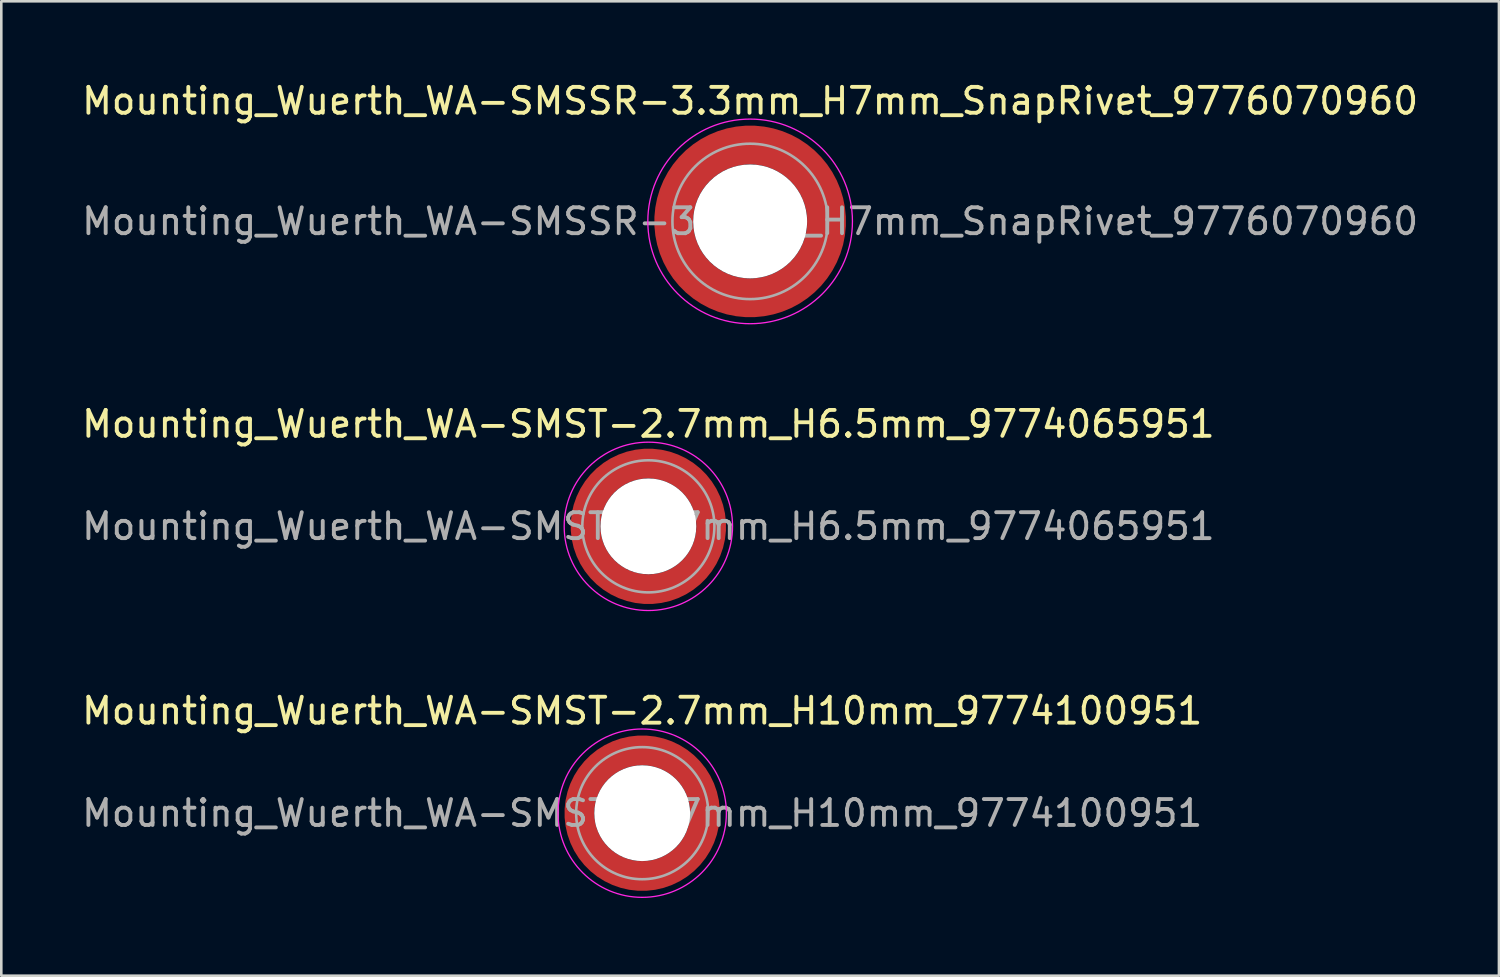
<source format=kicad_pcb>
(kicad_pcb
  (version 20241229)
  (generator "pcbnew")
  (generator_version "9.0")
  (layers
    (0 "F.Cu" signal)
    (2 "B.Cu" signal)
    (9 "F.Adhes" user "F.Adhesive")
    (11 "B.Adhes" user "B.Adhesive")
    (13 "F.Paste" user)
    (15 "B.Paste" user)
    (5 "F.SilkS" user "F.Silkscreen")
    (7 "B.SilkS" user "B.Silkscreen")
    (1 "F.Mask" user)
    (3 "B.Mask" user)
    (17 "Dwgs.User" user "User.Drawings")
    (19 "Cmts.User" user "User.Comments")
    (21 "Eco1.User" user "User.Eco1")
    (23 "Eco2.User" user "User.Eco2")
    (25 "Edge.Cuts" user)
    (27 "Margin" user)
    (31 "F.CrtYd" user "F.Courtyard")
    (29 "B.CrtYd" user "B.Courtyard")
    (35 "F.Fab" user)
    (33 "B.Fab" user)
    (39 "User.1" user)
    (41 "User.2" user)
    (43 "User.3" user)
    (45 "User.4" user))
  (footprint "Mounting_Wuerth_WA-SMST-2.7mm_H10mm_9774100951"
    (layer "F.Cu")
    (at 21.744 28.345)
    (property "Reference" "Mounting_Wuerth_WA-SMST-2.7mm_H10mm_9774100951" (at 0 -3.95 0) (layer "F.SilkS") (effects (font (size 1 1) (thickness 0.15))))
    (attr smd)
    (fp_circle (center 0 0) (end 3.25 0) (stroke (width 0.05) (type solid)) (fill no) (layer "F.CrtYd"))
    (fp_circle (center 0 0) (end 2.55 0) (stroke (width 0.1) (type solid)) (fill no) (layer "F.Fab"))
    (fp_text user "${REFERENCE}" (at 0 0 0) (layer "F.Fab") (effects (font (size 1 1) (thickness 0.15))))
    (pad "" smd custom (at -1.704 -1.704) (size 0.62 0.62) (layers "F.Paste") (options (anchor circle)) (primitives (gr_arc (start -0.250195 1.279127) (mid 0.289914 0.289914) (end 1.279127 -0.250195) (width 0.2)) (gr_arc (start -0.34334 1.279127) (mid 0.225488 0.225488) (end 1.279127 -0.34334) (width 0.2)) (gr_arc (start -0.436309 1.279127) (mid 0.161063 0.161063) (end 1.279127 -0.436309) (width 0.2)) (gr_arc (start -0.529126 1.279127) (mid 0.096638 0.096638) (end 1.279127 -0.529126) (width 0.2)) (gr_arc (start -0.621807 1.279127) (mid 0.032213 0.032213) (end 1.279127 -0.621807) (width 0.2)) (gr_arc (start -0.71437 1.279127) (mid -0.032213 -0.032213) (end 1.279127 -0.71437) (width 0.2)) (gr_arc (start -0.806826 1.279127) (mid -0.096638 -0.096638) (end 1.279127 -0.806826) (width 0.2)) (gr_arc (start -0.899187 1.279127) (mid -0.161063 -0.161063) (end 1.279127 -0.899187) (width 0.2)) (gr_arc (start -0.991463 1.279127) (mid -0.225488 -0.225488) (end 1.279127 -0.991463) (width 0.2)) (gr_arc (start -1.083663 1.279127) (mid -0.289914 -0.289914) (end 1.279127 -1.083663) (width 0.2)) (gr_line (start 1.279 -0.25) (end 1.279 -1.084) (width 0.2)) (gr_line (start -0.25 1.279) (end -1.084 1.279) (width 0.2))))
    (pad "" smd custom (at -1.704 1.704) (size 0.62 0.62) (layers "F.Paste") (options (anchor circle)) (primitives (gr_arc (start 1.279127 0.250195) (mid 0.289914 -0.289914) (end -0.250195 -1.279127) (width 0.2)) (gr_arc (start 1.279127 0.34334) (mid 0.225488 -0.225488) (end -0.34334 -1.279127) (width 0.2)) (gr_arc (start 1.279127 0.436309) (mid 0.161063 -0.161063) (end -0.436309 -1.279127) (width 0.2)) (gr_arc (start 1.279127 0.529126) (mid 0.096638 -0.096638) (end -0.529126 -1.279127) (width 0.2)) (gr_arc (start 1.279127 0.621807) (mid 0.032213 -0.032213) (end -0.621807 -1.279127) (width 0.2)) (gr_arc (start 1.279127 0.71437) (mid -0.032213 0.032213) (end -0.71437 -1.279127) (width 0.2)) (gr_arc (start 1.279127 0.806826) (mid -0.096638 0.096638) (end -0.806826 -1.279127) (width 0.2)) (gr_arc (start 1.279127 0.899187) (mid -0.161063 0.161063) (end -0.899187 -1.279127) (width 0.2)) (gr_arc (start 1.279127 0.991463) (mid -0.225488 0.225488) (end -0.991463 -1.279127) (width 0.2)) (gr_arc (start 1.279127 1.083663) (mid -0.289914 0.289914) (end -1.083663 -1.279127) (width 0.2)) (gr_line (start -0.25 -1.279) (end -1.084 -1.279) (width 0.2)) (gr_line (start 1.279 0.25) (end 1.279 1.084) (width 0.2))))
    (pad "" np_thru_hole circle (at 0 0) (size 3.7 3.7) (drill 3.7) (layers "*.Cu" "*.Mask"))
    (pad "" smd custom (at 1.704 -1.704) (size 0.62 0.62) (layers "F.Paste") (options (anchor circle)) (primitives (gr_arc (start -1.279127 -0.250195) (mid -0.289914 0.289914) (end 0.250195 1.279127) (width 0.2)) (gr_arc (start -1.279127 -0.34334) (mid -0.225488 0.225488) (end 0.34334 1.279127) (width 0.2)) (gr_arc (start -1.279127 -0.436309) (mid -0.161063 0.161063) (end 0.436309 1.279127) (width 0.2)) (gr_arc (start -1.279127 -0.529126) (mid -0.096638 0.096638) (end 0.529126 1.279127) (width 0.2)) (gr_arc (start -1.279127 -0.621807) (mid -0.032213 0.032213) (end 0.621807 1.279127) (width 0.2)) (gr_arc (start -1.279127 -0.71437) (mid 0.032213 -0.032213) (end 0.71437 1.279127) (width 0.2)) (gr_arc (start -1.279127 -0.806826) (mid 0.096638 -0.096638) (end 0.806826 1.279127) (width 0.2)) (gr_arc (start -1.279127 -0.899187) (mid 0.161063 -0.161063) (end 0.899187 1.279127) (width 0.2)) (gr_arc (start -1.279127 -0.991463) (mid 0.225488 -0.225488) (end 0.991463 1.279127) (width 0.2)) (gr_arc (start -1.279127 -1.083663) (mid 0.289914 -0.289914) (end 1.083663 1.279127) (width 0.2)) (gr_line (start 0.25 1.279) (end 1.084 1.279) (width 0.2)) (gr_line (start -1.279 -0.25) (end -1.279 -1.084) (width 0.2))))
    (pad "" smd custom (at 1.704 1.704) (size 0.62 0.62) (layers "F.Paste") (options (anchor circle)) (primitives (gr_arc (start 0.250195 -1.279127) (mid -0.289914 -0.289914) (end -1.279127 0.250195) (width 0.2)) (gr_arc (start 0.34334 -1.279127) (mid -0.225488 -0.225488) (end -1.279127 0.34334) (width 0.2)) (gr_arc (start 0.436309 -1.279127) (mid -0.161063 -0.161063) (end -1.279127 0.436309) (width 0.2)) (gr_arc (start 0.529126 -1.279127) (mid -0.096638 -0.096638) (end -1.279127 0.529126) (width 0.2)) (gr_arc (start 0.621807 -1.279127) (mid -0.032213 -0.032213) (end -1.279127 0.621807) (width 0.2)) (gr_arc (start 0.71437 -1.279127) (mid 0.032213 0.032213) (end -1.279127 0.71437) (width 0.2)) (gr_arc (start 0.806826 -1.279127) (mid 0.096638 0.096638) (end -1.279127 0.806826) (width 0.2)) (gr_arc (start 0.899187 -1.279127) (mid 0.161063 0.161063) (end -1.279127 0.899187) (width 0.2)) (gr_arc (start 0.991463 -1.279127) (mid 0.225488 0.225488) (end -1.279127 0.991463) (width 0.2)) (gr_arc (start 1.083663 -1.279127) (mid 0.289914 0.289914) (end -1.279127 1.083663) (width 0.2)) (gr_line (start -1.279 0.25) (end -1.279 1.084) (width 0.2)) (gr_line (start 0.25 -1.279) (end 1.084 -1.279) (width 0.2))))
    (pad "1" smd circle (at -2.425 0) (size 0.75 0.75) (layers "F.Cu"))
    (pad "1" smd circle (at 0 -2.425) (size 0.75 0.75) (layers "F.Cu"))
    (pad "1" smd circle (at 0 2.425) (size 0.75 0.75) (layers "F.Cu"))
    (pad "1" smd custom (at 2.425 0) (size 0.75 0.75) (layers "F.Cu" "F.Mask") (options (anchor circle)) (primitives (gr_circle (center -2.425 0) (end 0 0) (width 1.15) (fill no)))))
  (footprint "Mounting_Wuerth_WA-SMSSR-3.3mm_H7mm_SnapRivet_9776070960"
    (layer "F.Cu")
    (at 25.911 5.498)
    (property "Reference" "Mounting_Wuerth_WA-SMSSR-3.3mm_H7mm_SnapRivet_9776070960" (at 0 -4.65 0) (layer "F.SilkS") (effects (font (size 1 1) (thickness 0.15))))
    (attr smd)
    (fp_circle (center 0 0) (end 3.95 0) (stroke (width 0.05) (type solid)) (fill no) (layer "F.CrtYd"))
    (fp_circle (center 0 0) (end 3 0) (stroke (width 0.1) (type solid)) (fill no) (layer "F.Fab"))
    (fp_text user "${REFERENCE}" (at 0 0 0) (layer "F.Fab") (effects (font (size 1 1) (thickness 0.15))))
    (pad "" smd custom (at -2.077 -2.077) (size 0.995 0.995) (layers "F.Paste") (options (anchor circle)) (primitives (gr_arc (start -0.208831 1.577126) (mid 0.422496 0.422496) (end 1.577126 -0.208831) (width 0.2)) (gr_arc (start -0.310669 1.577126) (mid 0.35208 0.35208) (end 1.577126 -0.310669) (width 0.2)) (gr_arc (start -0.412325 1.577126) (mid 0.281664 0.281664) (end 1.577126 -0.412325) (width 0.2)) (gr_arc (start -0.51382 1.577126) (mid 0.211248 0.211248) (end 1.577126 -0.51382) (width 0.2)) (gr_arc (start -0.615172 1.577126) (mid 0.140832 0.140832) (end 1.577126 -0.615172) (width 0.2)) (gr_arc (start -0.716397 1.577126) (mid 0.070416 0.070416) (end 1.577126 -0.716397) (width 0.2)) (gr_arc (start -0.817508 1.577126) (mid 0 0) (end 1.577126 -0.817508) (width 0.2)) (gr_arc (start -0.918517 1.577126) (mid -0.070416 -0.070416) (end 1.577126 -0.918517) (width 0.2)) (gr_arc (start -1.019433 1.577126) (mid -0.140832 -0.140832) (end 1.577126 -1.019433) (width 0.2)) (gr_arc (start -1.120266 1.577126) (mid -0.211248 -0.211248) (end 1.577126 -1.120266) (width 0.2)) (gr_arc (start -1.221022 1.577126) (mid -0.281664 -0.281664) (end 1.577126 -1.221022) (width 0.2)) (gr_arc (start -1.32171 1.577126) (mid -0.35208 -0.35208) (end 1.577126 -1.32171) (width 0.2)) (gr_arc (start -1.422335 1.577126) (mid -0.422497 -0.422497) (end 1.577126 -1.422335) (width 0.2)) (gr_line (start 1.577 -0.209) (end 1.577 -1.422) (width 0.2)) (gr_line (start -0.209 1.577) (end -1.422 1.577) (width 0.2))))
    (pad "" smd custom (at -2.077 2.077) (size 0.995 0.995) (layers "F.Paste") (options (anchor circle)) (primitives (gr_arc (start 1.577126 0.208831) (mid 0.422496 -0.422496) (end -0.208831 -1.577126) (width 0.2)) (gr_arc (start 1.577126 0.310669) (mid 0.35208 -0.35208) (end -0.310669 -1.577126) (width 0.2)) (gr_arc (start 1.577126 0.412325) (mid 0.281664 -0.281664) (end -0.412325 -1.577126) (width 0.2)) (gr_arc (start 1.577126 0.51382) (mid 0.211248 -0.211248) (end -0.51382 -1.577126) (width 0.2)) (gr_arc (start 1.577126 0.615172) (mid 0.140832 -0.140832) (end -0.615172 -1.577126) (width 0.2)) (gr_arc (start 1.577126 0.716397) (mid 0.070416 -0.070416) (end -0.716397 -1.577126) (width 0.2)) (gr_arc (start 1.577126 0.817508) (mid 0 0) (end -0.817508 -1.577126) (width 0.2)) (gr_arc (start 1.577126 0.918517) (mid -0.070416 0.070416) (end -0.918517 -1.577126) (width 0.2)) (gr_arc (start 1.577126 1.019433) (mid -0.140832 0.140832) (end -1.019433 -1.577126) (width 0.2)) (gr_arc (start 1.577126 1.120266) (mid -0.211248 0.211248) (end -1.120266 -1.577126) (width 0.2)) (gr_arc (start 1.577126 1.221022) (mid -0.281664 0.281664) (end -1.221022 -1.577126) (width 0.2)) (gr_arc (start 1.577126 1.32171) (mid -0.35208 0.35208) (end -1.32171 -1.577126) (width 0.2)) (gr_arc (start 1.577126 1.422335) (mid -0.422497 0.422497) (end -1.422335 -1.577126) (width 0.2)) (gr_line (start -0.209 -1.577) (end -1.422 -1.577) (width 0.2)) (gr_line (start 1.577 0.209) (end 1.577 1.422) (width 0.2))))
    (pad "" np_thru_hole circle (at 0 0) (size 4.4 4.4) (drill 4.4) (layers "*.Cu" "*.Mask"))
    (pad "" smd custom (at 2.077 -2.077) (size 0.995 0.995) (layers "F.Paste") (options (anchor circle)) (primitives (gr_arc (start -1.577126 -0.208831) (mid -0.422496 0.422496) (end 0.208831 1.577126) (width 0.2)) (gr_arc (start -1.577126 -0.310669) (mid -0.35208 0.35208) (end 0.310669 1.577126) (width 0.2)) (gr_arc (start -1.577126 -0.412325) (mid -0.281664 0.281664) (end 0.412325 1.577126) (width 0.2)) (gr_arc (start -1.577126 -0.51382) (mid -0.211248 0.211248) (end 0.51382 1.577126) (width 0.2)) (gr_arc (start -1.577126 -0.615172) (mid -0.140832 0.140832) (end 0.615172 1.577126) (width 0.2)) (gr_arc (start -1.577126 -0.716397) (mid -0.070416 0.070416) (end 0.716397 1.577126) (width 0.2)) (gr_arc (start -1.577126 -0.817508) (mid 0 0) (end 0.817508 1.577126) (width 0.2)) (gr_arc (start -1.577126 -0.918517) (mid 0.070416 -0.070416) (end 0.918517 1.577126) (width 0.2)) (gr_arc (start -1.577126 -1.019433) (mid 0.140832 -0.140832) (end 1.019433 1.577126) (width 0.2)) (gr_arc (start -1.577126 -1.120266) (mid 0.211248 -0.211248) (end 1.120266 1.577126) (width 0.2)) (gr_arc (start -1.577126 -1.221022) (mid 0.281664 -0.281664) (end 1.221022 1.577126) (width 0.2)) (gr_arc (start -1.577126 -1.32171) (mid 0.35208 -0.35208) (end 1.32171 1.577126) (width 0.2)) (gr_arc (start -1.577126 -1.422335) (mid 0.422497 -0.422497) (end 1.422335 1.577126) (width 0.2)) (gr_line (start 0.209 1.577) (end 1.422 1.577) (width 0.2)) (gr_line (start -1.577 -0.209) (end -1.577 -1.422) (width 0.2))))
    (pad "" smd custom (at 2.077 2.077) (size 0.995 0.995) (layers "F.Paste") (options (anchor circle)) (primitives (gr_arc (start 0.208831 -1.577126) (mid -0.422496 -0.422496) (end -1.577126 0.208831) (width 0.2)) (gr_arc (start 0.310669 -1.577126) (mid -0.35208 -0.35208) (end -1.577126 0.310669) (width 0.2)) (gr_arc (start 0.412325 -1.577126) (mid -0.281664 -0.281664) (end -1.577126 0.412325) (width 0.2)) (gr_arc (start 0.51382 -1.577126) (mid -0.211248 -0.211248) (end -1.577126 0.51382) (width 0.2)) (gr_arc (start 0.615172 -1.577126) (mid -0.140832 -0.140832) (end -1.577126 0.615172) (width 0.2)) (gr_arc (start 0.716397 -1.577126) (mid -0.070416 -0.070416) (end -1.577126 0.716397) (width 0.2)) (gr_arc (start 0.817508 -1.577126) (mid 0 0) (end -1.577126 0.817508) (width 0.2)) (gr_arc (start 0.918517 -1.577126) (mid 0.070416 0.070416) (end -1.577126 0.918517) (width 0.2)) (gr_arc (start 1.019433 -1.577126) (mid 0.140832 0.140832) (end -1.577126 1.019433) (width 0.2)) (gr_arc (start 1.120266 -1.577126) (mid 0.211248 0.211248) (end -1.577126 1.120266) (width 0.2)) (gr_arc (start 1.221022 -1.577126) (mid 0.281664 0.281664) (end -1.577126 1.221022) (width 0.2)) (gr_arc (start 1.32171 -1.577126) (mid 0.35208 0.35208) (end -1.577126 1.32171) (width 0.2)) (gr_arc (start 1.422335 -1.577126) (mid 0.422497 0.422497) (end -1.577126 1.422335) (width 0.2)) (gr_line (start -1.577 0.209) (end -1.577 1.422) (width 0.2)) (gr_line (start 0.209 -1.577) (end 1.422 -1.577) (width 0.2))))
    (pad "1" smd circle (at -2.95 0) (size 1.1 1.1) (layers "F.Cu"))
    (pad "1" smd circle (at 0 -2.95) (size 1.1 1.1) (layers "F.Cu"))
    (pad "1" smd circle (at 0 2.95) (size 1.1 1.1) (layers "F.Cu"))
    (pad "1" smd custom (at 2.95 0) (size 1.1 1.1) (layers "F.Cu" "F.Mask") (options (anchor circle)) (primitives (gr_circle (center -2.95 0) (end 0 0) (width 1.5) (fill no)))))
  (footprint "Mounting_Wuerth_WA-SMST-2.7mm_H6.5mm_9774065951"
    (layer "F.Cu")
    (at 21.982 17.271)
    (property "Reference" "Mounting_Wuerth_WA-SMST-2.7mm_H6.5mm_9774065951" (at 0 -3.95 0) (layer "F.SilkS") (effects (font (size 1 1) (thickness 0.15))))
    (attr smd)
    (fp_circle (center 0 0) (end 3.25 0) (stroke (width 0.05) (type solid)) (fill no) (layer "F.CrtYd"))
    (fp_circle (center 0 0) (end 2.55 0) (stroke (width 0.1) (type solid)) (fill no) (layer "F.Fab"))
    (fp_text user "${REFERENCE}" (at 0 0 0) (layer "F.Fab") (effects (font (size 1 1) (thickness 0.15))))
    (pad "" smd custom (at -1.704 -1.704) (size 0.62 0.62) (layers "F.Paste") (options (anchor circle)) (primitives (gr_arc (start -0.250195 1.279127) (mid 0.289914 0.289914) (end 1.279127 -0.250195) (width 0.2)) (gr_arc (start -0.34334 1.279127) (mid 0.225488 0.225488) (end 1.279127 -0.34334) (width 0.2)) (gr_arc (start -0.436309 1.279127) (mid 0.161063 0.161063) (end 1.279127 -0.436309) (width 0.2)) (gr_arc (start -0.529126 1.279127) (mid 0.096638 0.096638) (end 1.279127 -0.529126) (width 0.2)) (gr_arc (start -0.621807 1.279127) (mid 0.032213 0.032213) (end 1.279127 -0.621807) (width 0.2)) (gr_arc (start -0.71437 1.279127) (mid -0.032213 -0.032213) (end 1.279127 -0.71437) (width 0.2)) (gr_arc (start -0.806826 1.279127) (mid -0.096638 -0.096638) (end 1.279127 -0.806826) (width 0.2)) (gr_arc (start -0.899187 1.279127) (mid -0.161063 -0.161063) (end 1.279127 -0.899187) (width 0.2)) (gr_arc (start -0.991463 1.279127) (mid -0.225488 -0.225488) (end 1.279127 -0.991463) (width 0.2)) (gr_arc (start -1.083663 1.279127) (mid -0.289914 -0.289914) (end 1.279127 -1.083663) (width 0.2)) (gr_line (start 1.279 -0.25) (end 1.279 -1.084) (width 0.2)) (gr_line (start -0.25 1.279) (end -1.084 1.279) (width 0.2))))
    (pad "" smd custom (at -1.704 1.704) (size 0.62 0.62) (layers "F.Paste") (options (anchor circle)) (primitives (gr_arc (start 1.279127 0.250195) (mid 0.289914 -0.289914) (end -0.250195 -1.279127) (width 0.2)) (gr_arc (start 1.279127 0.34334) (mid 0.225488 -0.225488) (end -0.34334 -1.279127) (width 0.2)) (gr_arc (start 1.279127 0.436309) (mid 0.161063 -0.161063) (end -0.436309 -1.279127) (width 0.2)) (gr_arc (start 1.279127 0.529126) (mid 0.096638 -0.096638) (end -0.529126 -1.279127) (width 0.2)) (gr_arc (start 1.279127 0.621807) (mid 0.032213 -0.032213) (end -0.621807 -1.279127) (width 0.2)) (gr_arc (start 1.279127 0.71437) (mid -0.032213 0.032213) (end -0.71437 -1.279127) (width 0.2)) (gr_arc (start 1.279127 0.806826) (mid -0.096638 0.096638) (end -0.806826 -1.279127) (width 0.2)) (gr_arc (start 1.279127 0.899187) (mid -0.161063 0.161063) (end -0.899187 -1.279127) (width 0.2)) (gr_arc (start 1.279127 0.991463) (mid -0.225488 0.225488) (end -0.991463 -1.279127) (width 0.2)) (gr_arc (start 1.279127 1.083663) (mid -0.289914 0.289914) (end -1.083663 -1.279127) (width 0.2)) (gr_line (start -0.25 -1.279) (end -1.084 -1.279) (width 0.2)) (gr_line (start 1.279 0.25) (end 1.279 1.084) (width 0.2))))
    (pad "" np_thru_hole circle (at 0 0) (size 3.7 3.7) (drill 3.7) (layers "*.Cu" "*.Mask"))
    (pad "" smd custom (at 1.704 -1.704) (size 0.62 0.62) (layers "F.Paste") (options (anchor circle)) (primitives (gr_arc (start -1.279127 -0.250195) (mid -0.289914 0.289914) (end 0.250195 1.279127) (width 0.2)) (gr_arc (start -1.279127 -0.34334) (mid -0.225488 0.225488) (end 0.34334 1.279127) (width 0.2)) (gr_arc (start -1.279127 -0.436309) (mid -0.161063 0.161063) (end 0.436309 1.279127) (width 0.2)) (gr_arc (start -1.279127 -0.529126) (mid -0.096638 0.096638) (end 0.529126 1.279127) (width 0.2)) (gr_arc (start -1.279127 -0.621807) (mid -0.032213 0.032213) (end 0.621807 1.279127) (width 0.2)) (gr_arc (start -1.279127 -0.71437) (mid 0.032213 -0.032213) (end 0.71437 1.279127) (width 0.2)) (gr_arc (start -1.279127 -0.806826) (mid 0.096638 -0.096638) (end 0.806826 1.279127) (width 0.2)) (gr_arc (start -1.279127 -0.899187) (mid 0.161063 -0.161063) (end 0.899187 1.279127) (width 0.2)) (gr_arc (start -1.279127 -0.991463) (mid 0.225488 -0.225488) (end 0.991463 1.279127) (width 0.2)) (gr_arc (start -1.279127 -1.083663) (mid 0.289914 -0.289914) (end 1.083663 1.279127) (width 0.2)) (gr_line (start 0.25 1.279) (end 1.084 1.279) (width 0.2)) (gr_line (start -1.279 -0.25) (end -1.279 -1.084) (width 0.2))))
    (pad "" smd custom (at 1.704 1.704) (size 0.62 0.62) (layers "F.Paste") (options (anchor circle)) (primitives (gr_arc (start 0.250195 -1.279127) (mid -0.289914 -0.289914) (end -1.279127 0.250195) (width 0.2)) (gr_arc (start 0.34334 -1.279127) (mid -0.225488 -0.225488) (end -1.279127 0.34334) (width 0.2)) (gr_arc (start 0.436309 -1.279127) (mid -0.161063 -0.161063) (end -1.279127 0.436309) (width 0.2)) (gr_arc (start 0.529126 -1.279127) (mid -0.096638 -0.096638) (end -1.279127 0.529126) (width 0.2)) (gr_arc (start 0.621807 -1.279127) (mid -0.032213 -0.032213) (end -1.279127 0.621807) (width 0.2)) (gr_arc (start 0.71437 -1.279127) (mid 0.032213 0.032213) (end -1.279127 0.71437) (width 0.2)) (gr_arc (start 0.806826 -1.279127) (mid 0.096638 0.096638) (end -1.279127 0.806826) (width 0.2)) (gr_arc (start 0.899187 -1.279127) (mid 0.161063 0.161063) (end -1.279127 0.899187) (width 0.2)) (gr_arc (start 0.991463 -1.279127) (mid 0.225488 0.225488) (end -1.279127 0.991463) (width 0.2)) (gr_arc (start 1.083663 -1.279127) (mid 0.289914 0.289914) (end -1.279127 1.083663) (width 0.2)) (gr_line (start -1.279 0.25) (end -1.279 1.084) (width 0.2)) (gr_line (start 0.25 -1.279) (end 1.084 -1.279) (width 0.2))))
    (pad "1" smd circle (at -2.425 0) (size 0.75 0.75) (layers "F.Cu"))
    (pad "1" smd circle (at 0 -2.425) (size 0.75 0.75) (layers "F.Cu"))
    (pad "1" smd circle (at 0 2.425) (size 0.75 0.75) (layers "F.Cu"))
    (pad "1" smd custom (at 2.425 0) (size 0.75 0.75) (layers "F.Cu" "F.Mask") (options (anchor circle)) (primitives (gr_circle (center -2.425 0) (end 0 0) (width 1.15) (fill no)))))
  (gr_rect
    (start -3 -3)
    (end 54.821 34.62)
    (stroke (width 0.1) (type default))
    (fill no)
    (layer "Edge.Cuts")))
</source>
